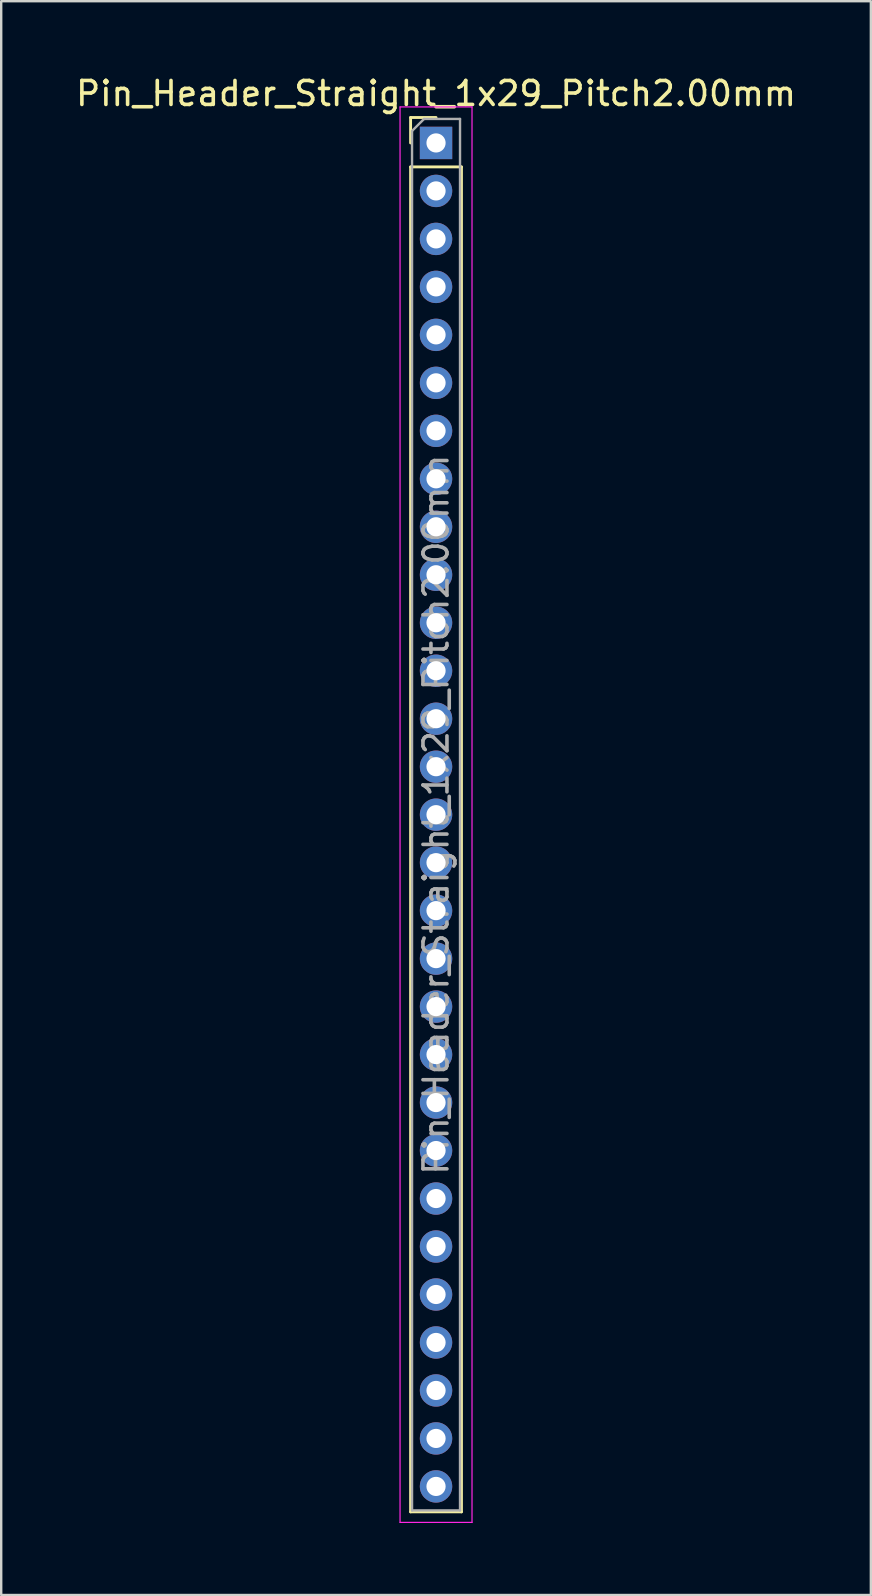
<source format=kicad_pcb>
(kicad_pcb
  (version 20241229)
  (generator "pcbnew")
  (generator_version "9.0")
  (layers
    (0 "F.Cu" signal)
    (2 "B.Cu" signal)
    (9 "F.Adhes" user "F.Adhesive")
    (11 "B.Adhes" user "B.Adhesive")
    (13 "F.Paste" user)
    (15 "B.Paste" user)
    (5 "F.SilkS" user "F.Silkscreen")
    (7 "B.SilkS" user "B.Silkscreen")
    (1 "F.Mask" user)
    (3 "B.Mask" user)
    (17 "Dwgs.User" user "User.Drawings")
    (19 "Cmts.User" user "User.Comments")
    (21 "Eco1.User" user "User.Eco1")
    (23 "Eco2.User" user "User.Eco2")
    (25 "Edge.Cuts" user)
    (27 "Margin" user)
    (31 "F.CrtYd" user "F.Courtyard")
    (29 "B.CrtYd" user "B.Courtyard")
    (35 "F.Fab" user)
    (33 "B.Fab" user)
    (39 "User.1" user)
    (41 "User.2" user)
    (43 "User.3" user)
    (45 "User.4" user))
  (footprint "Pin_Header_Straight_1x29_Pitch2.00mm"
    (layer "F.Cu")
    (at 15.125 2.908)
    (property "Reference" "Pin_Header_Straight_1x29_Pitch2.00mm" (at 0 -2.06 0) (layer "F.SilkS") (effects (font (size 1 1) (thickness 0.15))))
    (attr through_hole)
    (fp_line (start -1.06 -1.06) (end 0 -1.06) (stroke (width 0.12) (type solid)) (layer "F.SilkS"))
    (fp_line (start -1.06 0) (end -1.06 -1.06) (stroke (width 0.12) (type solid)) (layer "F.SilkS"))
    (fp_line (start -1.06 1) (end -1.06 57.06) (stroke (width 0.12) (type solid)) (layer "F.SilkS"))
    (fp_line (start -1.06 1) (end 1.06 1) (stroke (width 0.12) (type solid)) (layer "F.SilkS"))
    (fp_line (start -1.06 57.06) (end 1.06 57.06) (stroke (width 0.12) (type solid)) (layer "F.SilkS"))
    (fp_line (start 1.06 1) (end 1.06 57.06) (stroke (width 0.12) (type solid)) (layer "F.SilkS"))
    (fp_line (start -1.5 -1.5) (end -1.5 57.5) (stroke (width 0.05) (type solid)) (layer "F.CrtYd"))
    (fp_line (start -1.5 57.5) (end 1.5 57.5) (stroke (width 0.05) (type solid)) (layer "F.CrtYd"))
    (fp_line (start 1.5 -1.5) (end -1.5 -1.5) (stroke (width 0.05) (type solid)) (layer "F.CrtYd"))
    (fp_line (start 1.5 57.5) (end 1.5 -1.5) (stroke (width 0.05) (type solid)) (layer "F.CrtYd"))
    (fp_line (start -1 -0.5) (end -0.5 -1) (stroke (width 0.1) (type solid)) (layer "F.Fab"))
    (fp_line (start -1 57) (end -1 -0.5) (stroke (width 0.1) (type solid)) (layer "F.Fab"))
    (fp_line (start -0.5 -1) (end 1 -1) (stroke (width 0.1) (type solid)) (layer "F.Fab"))
    (fp_line (start 1 -1) (end 1 57) (stroke (width 0.1) (type solid)) (layer "F.Fab"))
    (fp_line (start 1 57) (end -1 57) (stroke (width 0.1) (type solid)) (layer "F.Fab"))
    (fp_text user "${REFERENCE}" (at 0 28 90) (layer "F.Fab") (effects (font (size 1 1) (thickness 0.15))))
    (pad "1" thru_hole rect (at 0 0) (size 1.35 1.35) (drill 0.8) (layers "*.Cu" "*.Mask"))
    (pad "2" thru_hole oval (at 0 2) (size 1.35 1.35) (drill 0.8) (layers "*.Cu" "*.Mask"))
    (pad "3" thru_hole oval (at 0 4) (size 1.35 1.35) (drill 0.8) (layers "*.Cu" "*.Mask"))
    (pad "4" thru_hole oval (at 0 6) (size 1.35 1.35) (drill 0.8) (layers "*.Cu" "*.Mask"))
    (pad "5" thru_hole oval (at 0 8) (size 1.35 1.35) (drill 0.8) (layers "*.Cu" "*.Mask"))
    (pad "6" thru_hole oval (at 0 10) (size 1.35 1.35) (drill 0.8) (layers "*.Cu" "*.Mask"))
    (pad "7" thru_hole oval (at 0 12) (size 1.35 1.35) (drill 0.8) (layers "*.Cu" "*.Mask"))
    (pad "8" thru_hole oval (at 0 14) (size 1.35 1.35) (drill 0.8) (layers "*.Cu" "*.Mask"))
    (pad "9" thru_hole oval (at 0 16) (size 1.35 1.35) (drill 0.8) (layers "*.Cu" "*.Mask"))
    (pad "10" thru_hole oval (at 0 18) (size 1.35 1.35) (drill 0.8) (layers "*.Cu" "*.Mask"))
    (pad "11" thru_hole oval (at 0 20) (size 1.35 1.35) (drill 0.8) (layers "*.Cu" "*.Mask"))
    (pad "12" thru_hole oval (at 0 22) (size 1.35 1.35) (drill 0.8) (layers "*.Cu" "*.Mask"))
    (pad "13" thru_hole oval (at 0 24) (size 1.35 1.35) (drill 0.8) (layers "*.Cu" "*.Mask"))
    (pad "14" thru_hole oval (at 0 26) (size 1.35 1.35) (drill 0.8) (layers "*.Cu" "*.Mask"))
    (pad "15" thru_hole oval (at 0 28) (size 1.35 1.35) (drill 0.8) (layers "*.Cu" "*.Mask"))
    (pad "16" thru_hole oval (at 0 30) (size 1.35 1.35) (drill 0.8) (layers "*.Cu" "*.Mask"))
    (pad "17" thru_hole oval (at 0 32) (size 1.35 1.35) (drill 0.8) (layers "*.Cu" "*.Mask"))
    (pad "18" thru_hole oval (at 0 34) (size 1.35 1.35) (drill 0.8) (layers "*.Cu" "*.Mask"))
    (pad "19" thru_hole oval (at 0 36) (size 1.35 1.35) (drill 0.8) (layers "*.Cu" "*.Mask"))
    (pad "20" thru_hole oval (at 0 38) (size 1.35 1.35) (drill 0.8) (layers "*.Cu" "*.Mask"))
    (pad "21" thru_hole oval (at 0 40) (size 1.35 1.35) (drill 0.8) (layers "*.Cu" "*.Mask"))
    (pad "22" thru_hole oval (at 0 42) (size 1.35 1.35) (drill 0.8) (layers "*.Cu" "*.Mask"))
    (pad "23" thru_hole oval (at 0 44) (size 1.35 1.35) (drill 0.8) (layers "*.Cu" "*.Mask"))
    (pad "24" thru_hole oval (at 0 46) (size 1.35 1.35) (drill 0.8) (layers "*.Cu" "*.Mask"))
    (pad "25" thru_hole oval (at 0 48) (size 1.35 1.35) (drill 0.8) (layers "*.Cu" "*.Mask"))
    (pad "26" thru_hole oval (at 0 50) (size 1.35 1.35) (drill 0.8) (layers "*.Cu" "*.Mask"))
    (pad "27" thru_hole oval (at 0 52) (size 1.35 1.35) (drill 0.8) (layers "*.Cu" "*.Mask"))
    (pad "28" thru_hole oval (at 0 54) (size 1.35 1.35) (drill 0.8) (layers "*.Cu" "*.Mask"))
    (pad "29" thru_hole oval (at 0 56) (size 1.35 1.35) (drill 0.8) (layers "*.Cu" "*.Mask")))
  (gr_rect
    (start -3 -3)
    (end 33.25 63.433)
    (stroke (width 0.1) (type default))
    (fill no)
    (layer "Edge.Cuts")))
</source>
